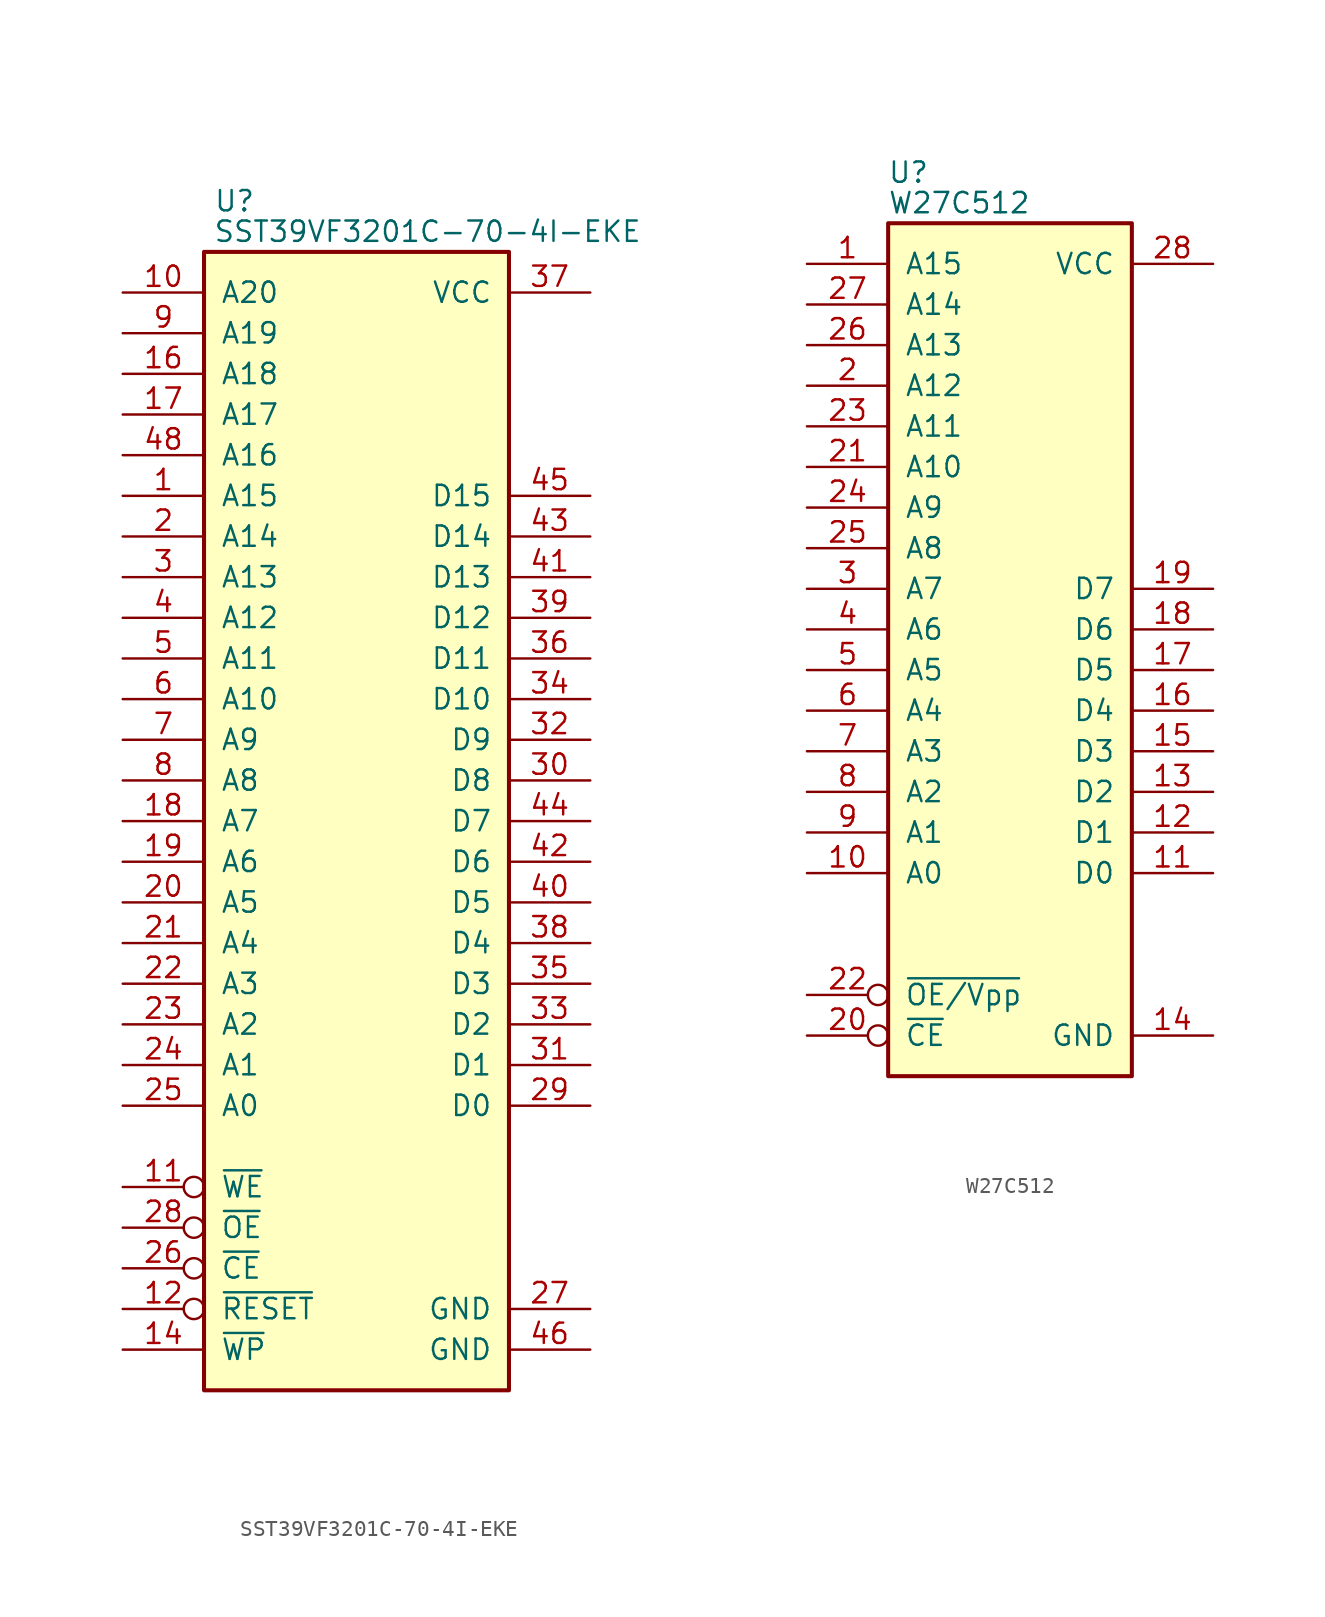
<source format=kicad_sym>
(kicad_symbol_lib
  (version 20211014)
  (generator kicad_symbol_editor)
  (symbol "SST39VF3201C-70-4I-EKE"
    (pin_names
      (offset 1.016))
    (property "Reference" "U"
      (at 1.905 3.175 0)
      (effects (font (size 1.27 1.27))))
    (property "Value" "SST39VF3201C-70-4I-EKE"
      (at 13.97 1.27 0)
      (effects (font (size 1.27 1.27))))
    (symbol "SST39VF3201C-70-4I-EKE_0_0"
      (pin power_in line (at 24.13 -2.54 180) (length 5.08) (name "VCC" (effects (font (size 1.27 1.27)))) (number "37" (effects (font (size 1.27 1.27))))))
    (symbol "SST39VF3201C-70-4I-EKE_0_1"
      (rectangle (start 0 0) (end 19.05 -71.12) (stroke (width 0.254) (type default) (color 0 0 0 0)) (fill (type background))))
    (symbol "SST39VF3201C-70-4I-EKE_1_0"
      (pin power_in line (at 24.13 -66.04 180) (length 5.08) (name "GND" (effects (font (size 1.27 1.27)))) (number "27" (effects (font (size 1.27 1.27)))))
      (pin power_in line (at 24.13 -68.58 180) (length 5.08) (name "GND" (effects (font (size 1.27 1.27)))) (number "46" (effects (font (size 1.27 1.27))))))
    (symbol "SST39VF3201C-70-4I-EKE_1_1"
      (pin input line (at -5.08 -15.24 0) (length 5.08) (name "A15" (effects (font (size 1.27 1.27)))) (number "1" (effects (font (size 1.27 1.27)))))
      (pin input line (at -5.08 -2.54 0) (length 5.08) (name "A20" (effects (font (size 1.27 1.27)))) (number "10" (effects (font (size 1.27 1.27)))))
      (pin input inverted (at -5.08 -58.42 0) (length 5.08) (name "~{WE}" (effects (font (size 1.27 1.27)))) (number "11" (effects (font (size 1.27 1.27)))))
      (pin input inverted (at -5.08 -66.04 0) (length 5.08) (name "~{RESET}" (effects (font (size 1.27 1.27)))) (number "12" (effects (font (size 1.27 1.27)))))
      (pin input line (at -5.08 -68.58 0) (length 5.08) (name "~{WP}" (effects (font (size 1.27 1.27)))) (number "14" (effects (font (size 1.27 1.27)))))
      (pin input line (at -5.08 -7.62 0) (length 5.08) (name "A18" (effects (font (size 1.27 1.27)))) (number "16" (effects (font (size 1.27 1.27)))))
      (pin input line (at -5.08 -10.16 0) (length 5.08) (name "A17" (effects (font (size 1.27 1.27)))) (number "17" (effects (font (size 1.27 1.27)))))
      (pin input line (at -5.08 -35.56 0) (length 5.08) (name "A7" (effects (font (size 1.27 1.27)))) (number "18" (effects (font (size 1.27 1.27)))))
      (pin input line (at -5.08 -38.1 0) (length 5.08) (name "A6" (effects (font (size 1.27 1.27)))) (number "19" (effects (font (size 1.27 1.27)))))
      (pin input line (at -5.08 -17.78 0) (length 5.08) (name "A14" (effects (font (size 1.27 1.27)))) (number "2" (effects (font (size 1.27 1.27)))))
      (pin input line (at -5.08 -40.64 0) (length 5.08) (name "A5" (effects (font (size 1.27 1.27)))) (number "20" (effects (font (size 1.27 1.27)))))
      (pin input line (at -5.08 -43.18 0) (length 5.08) (name "A4" (effects (font (size 1.27 1.27)))) (number "21" (effects (font (size 1.27 1.27)))))
      (pin input line (at -5.08 -45.72 0) (length 5.08) (name "A3" (effects (font (size 1.27 1.27)))) (number "22" (effects (font (size 1.27 1.27)))))
      (pin input line (at -5.08 -48.26 0) (length 5.08) (name "A2" (effects (font (size 1.27 1.27)))) (number "23" (effects (font (size 1.27 1.27)))))
      (pin input line (at -5.08 -50.8 0) (length 5.08) (name "A1" (effects (font (size 1.27 1.27)))) (number "24" (effects (font (size 1.27 1.27)))))
      (pin input line (at -5.08 -53.34 0) (length 5.08) (name "A0" (effects (font (size 1.27 1.27)))) (number "25" (effects (font (size 1.27 1.27)))))
      (pin input inverted (at -5.08 -63.5 0) (length 5.08) (name "~{CE}" (effects (font (size 1.27 1.27)))) (number "26" (effects (font (size 1.27 1.27)))))
      (pin input inverted (at -5.08 -60.96 0) (length 5.08) (name "~{OE}" (effects (font (size 1.27 1.27)))) (number "28" (effects (font (size 1.27 1.27)))))
      (pin tri_state line (at 24.13 -53.34 180) (length 5.08) (name "D0" (effects (font (size 1.27 1.27)))) (number "29" (effects (font (size 1.27 1.27)))))
      (pin input line (at -5.08 -20.32 0) (length 5.08) (name "A13" (effects (font (size 1.27 1.27)))) (number "3" (effects (font (size 1.27 1.27)))))
      (pin tri_state line (at 24.13 -33.02 180) (length 5.08) (name "D8" (effects (font (size 1.27 1.27)))) (number "30" (effects (font (size 1.27 1.27)))))
      (pin tri_state line (at 24.13 -50.8 180) (length 5.08) (name "D1" (effects (font (size 1.27 1.27)))) (number "31" (effects (font (size 1.27 1.27)))))
      (pin tri_state line (at 24.13 -30.48 180) (length 5.08) (name "D9" (effects (font (size 1.27 1.27)))) (number "32" (effects (font (size 1.27 1.27)))))
      (pin tri_state line (at 24.13 -48.26 180) (length 5.08) (name "D2" (effects (font (size 1.27 1.27)))) (number "33" (effects (font (size 1.27 1.27)))))
      (pin tri_state line (at 24.13 -27.94 180) (length 5.08) (name "D10" (effects (font (size 1.27 1.27)))) (number "34" (effects (font (size 1.27 1.27)))))
      (pin tri_state line (at 24.13 -45.72 180) (length 5.08) (name "D3" (effects (font (size 1.27 1.27)))) (number "35" (effects (font (size 1.27 1.27)))))
      (pin tri_state line (at 24.13 -25.4 180) (length 5.08) (name "D11" (effects (font (size 1.27 1.27)))) (number "36" (effects (font (size 1.27 1.27)))))
      (pin tri_state line (at 24.13 -43.18 180) (length 5.08) (name "D4" (effects (font (size 1.27 1.27)))) (number "38" (effects (font (size 1.27 1.27)))))
      (pin tri_state line (at 24.13 -22.86 180) (length 5.08) (name "D12" (effects (font (size 1.27 1.27)))) (number "39" (effects (font (size 1.27 1.27)))))
      (pin input line (at -5.08 -22.86 0) (length 5.08) (name "A12" (effects (font (size 1.27 1.27)))) (number "4" (effects (font (size 1.27 1.27)))))
      (pin tri_state line (at 24.13 -40.64 180) (length 5.08) (name "D5" (effects (font (size 1.27 1.27)))) (number "40" (effects (font (size 1.27 1.27)))))
      (pin tri_state line (at 24.13 -20.32 180) (length 5.08) (name "D13" (effects (font (size 1.27 1.27)))) (number "41" (effects (font (size 1.27 1.27)))))
      (pin tri_state line (at 24.13 -38.1 180) (length 5.08) (name "D6" (effects (font (size 1.27 1.27)))) (number "42" (effects (font (size 1.27 1.27)))))
      (pin tri_state line (at 24.13 -17.78 180) (length 5.08) (name "D14" (effects (font (size 1.27 1.27)))) (number "43" (effects (font (size 1.27 1.27)))))
      (pin tri_state line (at 24.13 -35.56 180) (length 5.08) (name "D7" (effects (font (size 1.27 1.27)))) (number "44" (effects (font (size 1.27 1.27)))))
      (pin tri_state line (at 24.13 -15.24 180) (length 5.08) (name "D15" (effects (font (size 1.27 1.27)))) (number "45" (effects (font (size 1.27 1.27)))))
      (pin input line (at -5.08 -12.7 0) (length 5.08) (name "A16" (effects (font (size 1.27 1.27)))) (number "48" (effects (font (size 1.27 1.27)))))
      (pin input line (at -5.08 -25.4 0) (length 5.08) (name "A11" (effects (font (size 1.27 1.27)))) (number "5" (effects (font (size 1.27 1.27)))))
      (pin input line (at -5.08 -27.94 0) (length 5.08) (name "A10" (effects (font (size 1.27 1.27)))) (number "6" (effects (font (size 1.27 1.27)))))
      (pin input line (at -5.08 -30.48 0) (length 5.08) (name "A9" (effects (font (size 1.27 1.27)))) (number "7" (effects (font (size 1.27 1.27)))))
      (pin input line (at -5.08 -33.02 0) (length 5.08) (name "A8" (effects (font (size 1.27 1.27)))) (number "8" (effects (font (size 1.27 1.27)))))
      (pin input line (at -5.08 -5.08 0) (length 5.08) (name "A19" (effects (font (size 1.27 1.27)))) (number "9" (effects (font (size 1.27 1.27)))))))
  (symbol "W27C512"
    (pin_names
      (offset 1.016))
    (property "Reference" "U"
      (at 1.27 3.175 0)
      (effects (font (size 1.27 1.27))))
    (property "Value" "W27C512"
      (at 4.445 1.27 0)
      (effects (font (size 1.27 1.27))))
    (symbol "W27C512_0_0"
      (pin passive line (at 20.32 -2.54 180) (length 5.08) (name "VCC" (effects (font (size 1.27 1.27)))) (number "28" (effects (font (size 1.27 1.27))))))
    (symbol "W27C512_0_1"
      (rectangle (start 0 0) (end 15.24 -53.34) (stroke (width 0.254) (type default) (color 0 0 0 0)) (fill (type background))))
    (symbol "W27C512_1_0"
      (pin power_in line (at 20.32 -50.8 180) (length 5.08) (name "GND" (effects (font (size 1.27 1.27)))) (number "14" (effects (font (size 1.27 1.27))))))
    (symbol "W27C512_1_1"
      (pin input line (at -5.08 -2.54 0) (length 5.08) (name "A15" (effects (font (size 1.27 1.27)))) (number "1" (effects (font (size 1.27 1.27)))))
      (pin input line (at -5.08 -40.64 0) (length 5.08) (name "A0" (effects (font (size 1.27 1.27)))) (number "10" (effects (font (size 1.27 1.27)))))
      (pin tri_state line (at 20.32 -40.64 180) (length 5.08) (name "D0" (effects (font (size 1.27 1.27)))) (number "11" (effects (font (size 1.27 1.27)))))
      (pin tri_state line (at 20.32 -38.1 180) (length 5.08) (name "D1" (effects (font (size 1.27 1.27)))) (number "12" (effects (font (size 1.27 1.27)))))
      (pin tri_state line (at 20.32 -35.56 180) (length 5.08) (name "D2" (effects (font (size 1.27 1.27)))) (number "13" (effects (font (size 1.27 1.27)))))
      (pin tri_state line (at 20.32 -33.02 180) (length 5.08) (name "D3" (effects (font (size 1.27 1.27)))) (number "15" (effects (font (size 1.27 1.27)))))
      (pin tri_state line (at 20.32 -30.48 180) (length 5.08) (name "D4" (effects (font (size 1.27 1.27)))) (number "16" (effects (font (size 1.27 1.27)))))
      (pin tri_state line (at 20.32 -27.94 180) (length 5.08) (name "D5" (effects (font (size 1.27 1.27)))) (number "17" (effects (font (size 1.27 1.27)))))
      (pin tri_state line (at 20.32 -25.4 180) (length 5.08) (name "D6" (effects (font (size 1.27 1.27)))) (number "18" (effects (font (size 1.27 1.27)))))
      (pin tri_state line (at 20.32 -22.86 180) (length 5.08) (name "D7" (effects (font (size 1.27 1.27)))) (number "19" (effects (font (size 1.27 1.27)))))
      (pin input line (at -5.08 -10.16 0) (length 5.08) (name "A12" (effects (font (size 1.27 1.27)))) (number "2" (effects (font (size 1.27 1.27)))))
      (pin passive inverted (at -5.08 -50.8 0) (length 5.08) (name "~{CE}" (effects (font (size 1.27 1.27)))) (number "20" (effects (font (size 1.27 1.27)))))
      (pin input line (at -5.08 -15.24 0) (length 5.08) (name "A10" (effects (font (size 1.27 1.27)))) (number "21" (effects (font (size 1.27 1.27)))))
      (pin passive inverted (at -5.08 -48.26 0) (length 5.08) (name "~{OE/Vpp}" (effects (font (size 1.27 1.27)))) (number "22" (effects (font (size 1.27 1.27)))))
      (pin input line (at -5.08 -12.7 0) (length 5.08) (name "A11" (effects (font (size 1.27 1.27)))) (number "23" (effects (font (size 1.27 1.27)))))
      (pin input line (at -5.08 -17.78 0) (length 5.08) (name "A9" (effects (font (size 1.27 1.27)))) (number "24" (effects (font (size 1.27 1.27)))))
      (pin input line (at -5.08 -20.32 0) (length 5.08) (name "A8" (effects (font (size 1.27 1.27)))) (number "25" (effects (font (size 1.27 1.27)))))
      (pin input line (at -5.08 -7.62 0) (length 5.08) (name "A13" (effects (font (size 1.27 1.27)))) (number "26" (effects (font (size 1.27 1.27)))))
      (pin input line (at -5.08 -5.08 0) (length 5.08) (name "A14" (effects (font (size 1.27 1.27)))) (number "27" (effects (font (size 1.27 1.27)))))
      (pin input line (at -5.08 -22.86 0) (length 5.08) (name "A7" (effects (font (size 1.27 1.27)))) (number "3" (effects (font (size 1.27 1.27)))))
      (pin input line (at -5.08 -25.4 0) (length 5.08) (name "A6" (effects (font (size 1.27 1.27)))) (number "4" (effects (font (size 1.27 1.27)))))
      (pin input line (at -5.08 -27.94 0) (length 5.08) (name "A5" (effects (font (size 1.27 1.27)))) (number "5" (effects (font (size 1.27 1.27)))))
      (pin input line (at -5.08 -30.48 0) (length 5.08) (name "A4" (effects (font (size 1.27 1.27)))) (number "6" (effects (font (size 1.27 1.27)))))
      (pin input line (at -5.08 -33.02 0) (length 5.08) (name "A3" (effects (font (size 1.27 1.27)))) (number "7" (effects (font (size 1.27 1.27)))))
      (pin input line (at -5.08 -35.56 0) (length 5.08) (name "A2" (effects (font (size 1.27 1.27)))) (number "8" (effects (font (size 1.27 1.27)))))
      (pin input line (at -5.08 -38.1 0) (length 5.08) (name "A1" (effects (font (size 1.27 1.27)))) (number "9" (effects (font (size 1.27 1.27))))))))
</source>
